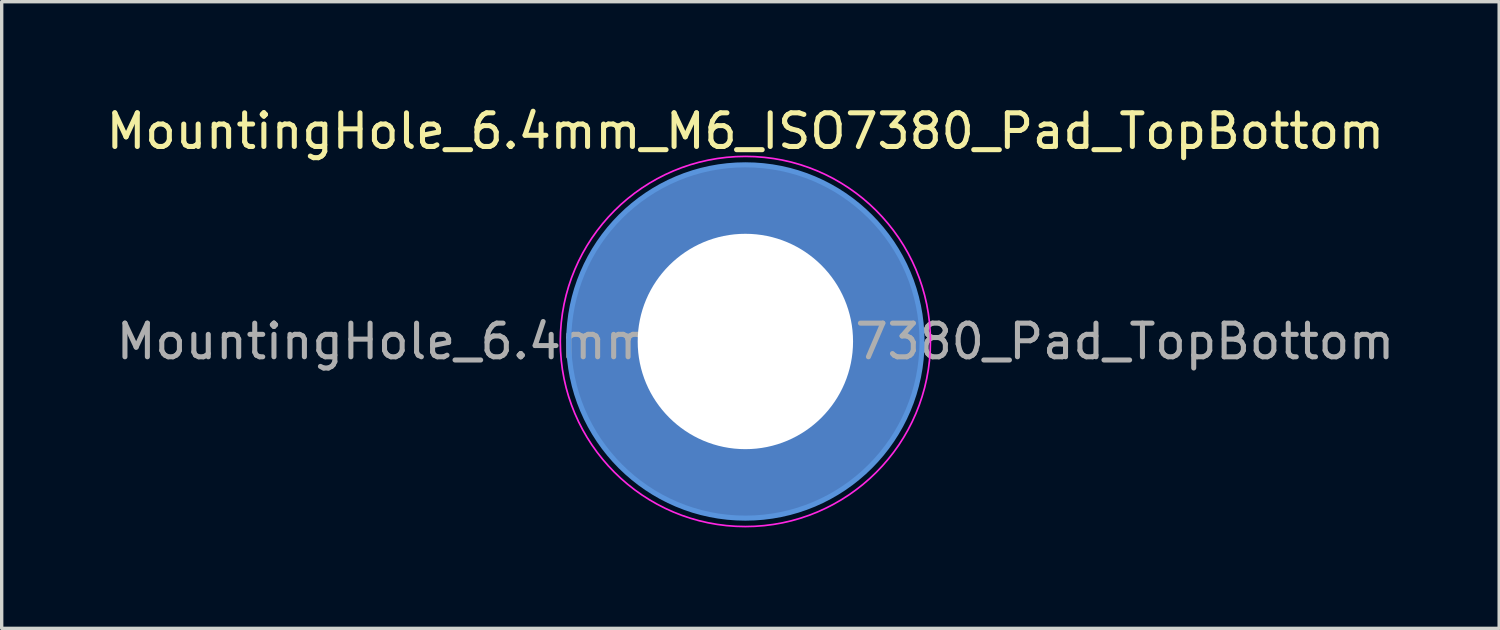
<source format=kicad_pcb>
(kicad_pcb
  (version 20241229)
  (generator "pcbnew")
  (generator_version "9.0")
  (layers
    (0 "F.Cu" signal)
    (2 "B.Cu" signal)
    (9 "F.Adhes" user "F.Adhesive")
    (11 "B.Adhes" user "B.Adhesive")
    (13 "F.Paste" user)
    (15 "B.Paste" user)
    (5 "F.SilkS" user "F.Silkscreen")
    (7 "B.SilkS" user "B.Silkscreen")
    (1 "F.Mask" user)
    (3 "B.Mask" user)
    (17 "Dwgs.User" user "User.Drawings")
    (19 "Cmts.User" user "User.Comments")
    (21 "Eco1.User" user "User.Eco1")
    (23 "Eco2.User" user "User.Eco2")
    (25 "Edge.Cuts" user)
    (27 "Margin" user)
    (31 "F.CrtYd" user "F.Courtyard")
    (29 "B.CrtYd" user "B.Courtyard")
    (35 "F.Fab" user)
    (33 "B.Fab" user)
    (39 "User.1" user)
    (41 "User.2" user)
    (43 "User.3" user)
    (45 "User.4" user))
  (footprint "MountingHole_6.4mm_M6_ISO7380_Pad_TopBottom"
    (layer "F.Cu")
    (at 19.101 7.098)
    (property "Reference" "MountingHole_6.4mm_M6_ISO7380_Pad_TopBottom" (at 0 -6.25 0) (layer "F.SilkS") (effects (font (size 1 1) (thickness 0.15))))
    (attr exclude_from_pos_files exclude_from_bom)
    (fp_circle (center 0 0) (end 5.25 0) (stroke (width 0.15) (type solid)) (fill no) (layer "Cmts.User"))
    (fp_circle (center 0 0) (end 5.5 0) (stroke (width 0.05) (type solid)) (fill no) (layer "F.CrtYd"))
    (fp_text user "${REFERENCE}" (at 0.3 0 0) (layer "F.Fab") (effects (font (size 1 1) (thickness 0.15))))
    (pad "1" thru_hole circle (at 0 0) (size 6.8 6.8) (drill 6.4) (layers "*.Cu" "*.Mask"))
    (pad "1" connect circle (at 0 0) (size 10.5 10.5) (layers "F.Cu" "F.Mask"))
    (pad "1" connect circle (at 0 0) (size 10.5 10.5) (layers "B.Cu" "B.Mask")))
  (gr_rect
    (start -3 -3)
    (end 41.502 15.623)
    (stroke (width 0.1) (type default))
    (fill no)
    (layer "Edge.Cuts")))
</source>
